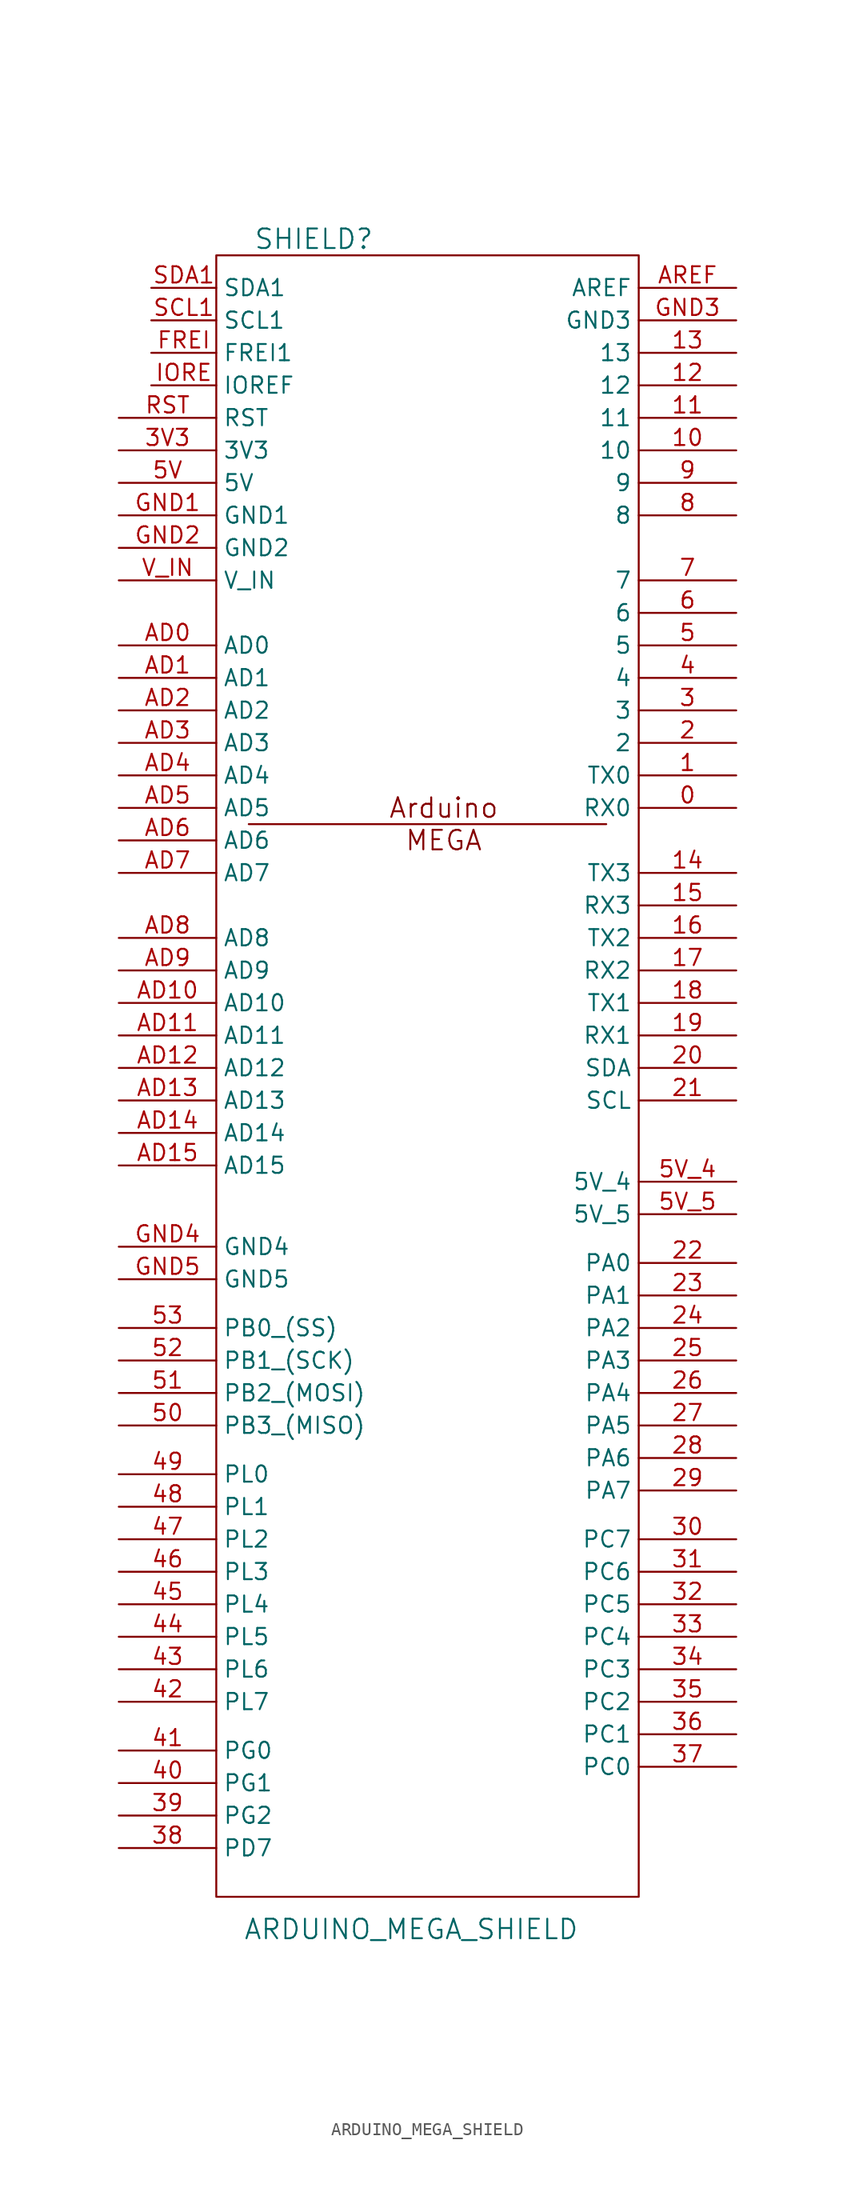
<source format=kicad_sym>
(kicad_symbol_lib
  (version 20201005)
  (generator kicad_symbol_editor)
  (symbol "Zimprich:ARDUINO_MEGA_SHIELD"
    (property "Reference" "SHIELD"
      (at -10.16 63.5 0)
      (effects (font (size 1.524 1.524))))
    (property "Value" "ARDUINO_MEGA_SHIELD"
      (at -2.54 -68.58 0)
      (effects (font (size 1.524 1.524))))
    (property "Footprint" ""
      (at 0 0 0)
      (effects (font (size 1.524 1.524))))
    (property "Datasheet" ""
      (at 0 0 0)
      (effects (font (size 1.524 1.524))))
    (symbol "ARDUINO_MEGA_SHIELD_0_0"
      (text "Arduino" (at 0 19.05 0) (effects (font (size 1.524 1.524))))
      (text "MEGA" (at 0 16.51 0) (effects (font (size 1.524 1.524)))))
    (symbol "ARDUINO_MEGA_SHIELD_0_1"
      (rectangle (start -17.78 -66.04) (end 15.24 62.23) (stroke (width 0)) (fill (type none)))
      (polyline (pts (xy -15.24 17.78) (xy 12.7 17.78) (xy 12.7 17.78)) (stroke (width 0)) (fill (type none))))
    (symbol "ARDUINO_MEGA_SHIELD_1_1"
      (pin bidirectional line (at 22.86 19.05 180) (length 7.62) (name "RX0" (effects (font (size 1.27 1.27)))) (number "0" (effects (font (size 1.27 1.27)))))
      (pin bidirectional line (at 22.86 21.59 180) (length 7.62) (name "TX0" (effects (font (size 1.27 1.27)))) (number "1" (effects (font (size 1.27 1.27)))))
      (pin bidirectional line (at 22.86 46.99 180) (length 7.62) (name "10" (effects (font (size 1.27 1.27)))) (number "10" (effects (font (size 1.27 1.27)))))
      (pin bidirectional line (at 22.86 49.53 180) (length 7.62) (name "11" (effects (font (size 1.27 1.27)))) (number "11" (effects (font (size 1.27 1.27)))))
      (pin bidirectional line (at 22.86 52.07 180) (length 7.62) (name "12" (effects (font (size 1.27 1.27)))) (number "12" (effects (font (size 1.27 1.27)))))
      (pin bidirectional line (at 22.86 54.61 180) (length 7.62) (name "13" (effects (font (size 1.27 1.27)))) (number "13" (effects (font (size 1.27 1.27)))))
      (pin bidirectional line (at 22.86 13.97 180) (length 7.62) (name "TX3" (effects (font (size 1.27 1.27)))) (number "14" (effects (font (size 1.27 1.27)))))
      (pin bidirectional line (at 22.86 11.43 180) (length 7.62) (name "RX3" (effects (font (size 1.27 1.27)))) (number "15" (effects (font (size 1.27 1.27)))))
      (pin bidirectional line (at 22.86 8.89 180) (length 7.62) (name "TX2" (effects (font (size 1.27 1.27)))) (number "16" (effects (font (size 1.27 1.27)))))
      (pin bidirectional line (at 22.86 6.35 180) (length 7.62) (name "RX2" (effects (font (size 1.27 1.27)))) (number "17" (effects (font (size 1.27 1.27)))))
      (pin bidirectional line (at 22.86 3.81 180) (length 7.62) (name "TX1" (effects (font (size 1.27 1.27)))) (number "18" (effects (font (size 1.27 1.27)))))
      (pin bidirectional line (at 22.86 1.27 180) (length 7.62) (name "RX1" (effects (font (size 1.27 1.27)))) (number "19" (effects (font (size 1.27 1.27)))))
      (pin bidirectional line (at 22.86 24.13 180) (length 7.62) (name "2" (effects (font (size 1.27 1.27)))) (number "2" (effects (font (size 1.27 1.27)))))
      (pin bidirectional line (at 22.86 -1.27 180) (length 7.62) (name "SDA" (effects (font (size 1.27 1.27)))) (number "20" (effects (font (size 1.27 1.27)))))
      (pin bidirectional line (at 22.86 -3.81 180) (length 7.62) (name "SCL" (effects (font (size 1.27 1.27)))) (number "21" (effects (font (size 1.27 1.27)))))
      (pin bidirectional line (at 22.86 -16.51 180) (length 7.62) (name "PA0" (effects (font (size 1.27 1.27)))) (number "22" (effects (font (size 1.27 1.27)))))
      (pin bidirectional line (at 22.86 -19.05 180) (length 7.62) (name "PA1" (effects (font (size 1.27 1.27)))) (number "23" (effects (font (size 1.27 1.27)))))
      (pin bidirectional line (at 22.86 -21.59 180) (length 7.62) (name "PA2" (effects (font (size 1.27 1.27)))) (number "24" (effects (font (size 1.27 1.27)))))
      (pin bidirectional line (at 22.86 -24.13 180) (length 7.62) (name "PA3" (effects (font (size 1.27 1.27)))) (number "25" (effects (font (size 1.27 1.27)))))
      (pin bidirectional line (at 22.86 -26.67 180) (length 7.62) (name "PA4" (effects (font (size 1.27 1.27)))) (number "26" (effects (font (size 1.27 1.27)))))
      (pin bidirectional line (at 22.86 -29.21 180) (length 7.62) (name "PA5" (effects (font (size 1.27 1.27)))) (number "27" (effects (font (size 1.27 1.27)))))
      (pin bidirectional line (at 22.86 -31.75 180) (length 7.62) (name "PA6" (effects (font (size 1.27 1.27)))) (number "28" (effects (font (size 1.27 1.27)))))
      (pin bidirectional line (at 22.86 -34.29 180) (length 7.62) (name "PA7" (effects (font (size 1.27 1.27)))) (number "29" (effects (font (size 1.27 1.27)))))
      (pin bidirectional line (at 22.86 26.67 180) (length 7.62) (name "3" (effects (font (size 1.27 1.27)))) (number "3" (effects (font (size 1.27 1.27)))))
      (pin bidirectional line (at 22.86 -38.1 180) (length 7.62) (name "PC7" (effects (font (size 1.27 1.27)))) (number "30" (effects (font (size 1.27 1.27)))))
      (pin bidirectional line (at 22.86 -40.64 180) (length 7.62) (name "PC6" (effects (font (size 1.27 1.27)))) (number "31" (effects (font (size 1.27 1.27)))))
      (pin bidirectional line (at 22.86 -43.18 180) (length 7.62) (name "PC5" (effects (font (size 1.27 1.27)))) (number "32" (effects (font (size 1.27 1.27)))))
      (pin bidirectional line (at 22.86 -45.72 180) (length 7.62) (name "PC4" (effects (font (size 1.27 1.27)))) (number "33" (effects (font (size 1.27 1.27)))))
      (pin bidirectional line (at 22.86 -48.26 180) (length 7.62) (name "PC3" (effects (font (size 1.27 1.27)))) (number "34" (effects (font (size 1.27 1.27)))))
      (pin bidirectional line (at 22.86 -50.8 180) (length 7.62) (name "PC2" (effects (font (size 1.27 1.27)))) (number "35" (effects (font (size 1.27 1.27)))))
      (pin bidirectional line (at 22.86 -53.34 180) (length 7.62) (name "PC1" (effects (font (size 1.27 1.27)))) (number "36" (effects (font (size 1.27 1.27)))))
      (pin bidirectional line (at 22.86 -55.88 180) (length 7.62) (name "PC0" (effects (font (size 1.27 1.27)))) (number "37" (effects (font (size 1.27 1.27)))))
      (pin bidirectional line (at -25.4 -62.23 0) (length 7.62) (name "PD7" (effects (font (size 1.27 1.27)))) (number "38" (effects (font (size 1.27 1.27)))))
      (pin bidirectional line (at -25.4 -59.69 0) (length 7.62) (name "PG2" (effects (font (size 1.27 1.27)))) (number "39" (effects (font (size 1.27 1.27)))))
      (pin power_in line (at -25.4 46.99 0) (length 7.62) (name "3V3" (effects (font (size 1.27 1.27)))) (number "3V3" (effects (font (size 1.27 1.27)))))
      (pin bidirectional line (at 22.86 29.21 180) (length 7.62) (name "4" (effects (font (size 1.27 1.27)))) (number "4" (effects (font (size 1.27 1.27)))))
      (pin bidirectional line (at -25.4 -57.15 0) (length 7.62) (name "PG1" (effects (font (size 1.27 1.27)))) (number "40" (effects (font (size 1.27 1.27)))))
      (pin bidirectional line (at -25.4 -54.61 0) (length 7.62) (name "PG0" (effects (font (size 1.27 1.27)))) (number "41" (effects (font (size 1.27 1.27)))))
      (pin bidirectional line (at -25.4 -50.8 0) (length 7.62) (name "PL7" (effects (font (size 1.27 1.27)))) (number "42" (effects (font (size 1.27 1.27)))))
      (pin bidirectional line (at -25.4 -48.26 0) (length 7.62) (name "PL6" (effects (font (size 1.27 1.27)))) (number "43" (effects (font (size 1.27 1.27)))))
      (pin bidirectional line (at -25.4 -45.72 0) (length 7.62) (name "PL5" (effects (font (size 1.27 1.27)))) (number "44" (effects (font (size 1.27 1.27)))))
      (pin bidirectional line (at -25.4 -43.18 0) (length 7.62) (name "PL4" (effects (font (size 1.27 1.27)))) (number "45" (effects (font (size 1.27 1.27)))))
      (pin bidirectional line (at -25.4 -40.64 0) (length 7.62) (name "PL3" (effects (font (size 1.27 1.27)))) (number "46" (effects (font (size 1.27 1.27)))))
      (pin bidirectional line (at -25.4 -38.1 0) (length 7.62) (name "PL2" (effects (font (size 1.27 1.27)))) (number "47" (effects (font (size 1.27 1.27)))))
      (pin bidirectional line (at -25.4 -35.56 0) (length 7.62) (name "PL1" (effects (font (size 1.27 1.27)))) (number "48" (effects (font (size 1.27 1.27)))))
      (pin bidirectional line (at -25.4 -33.02 0) (length 7.62) (name "PL0" (effects (font (size 1.27 1.27)))) (number "49" (effects (font (size 1.27 1.27)))))
      (pin bidirectional line (at 22.86 31.75 180) (length 7.62) (name "5" (effects (font (size 1.27 1.27)))) (number "5" (effects (font (size 1.27 1.27)))))
      (pin bidirectional line (at -25.4 -29.21 0) (length 7.62) (name "PB3_(MISO)" (effects (font (size 1.27 1.27)))) (number "50" (effects (font (size 1.27 1.27)))))
      (pin bidirectional line (at -25.4 -26.67 0) (length 7.62) (name "PB2_(MOSI)" (effects (font (size 1.27 1.27)))) (number "51" (effects (font (size 1.27 1.27)))))
      (pin bidirectional line (at -25.4 -24.13 0) (length 7.62) (name "PB1_(SCK)" (effects (font (size 1.27 1.27)))) (number "52" (effects (font (size 1.27 1.27)))))
      (pin bidirectional line (at -25.4 -21.59 0) (length 7.62) (name "PB0_(SS)" (effects (font (size 1.27 1.27)))) (number "53" (effects (font (size 1.27 1.27)))))
      (pin power_in line (at -25.4 44.45 0) (length 7.62) (name "5V" (effects (font (size 1.27 1.27)))) (number "5V" (effects (font (size 1.27 1.27)))))
      (pin power_in line (at 22.86 -10.16 180) (length 7.62) (name "5V_4" (effects (font (size 1.27 1.27)))) (number "5V_4" (effects (font (size 1.27 1.27)))))
      (pin power_in line (at 22.86 -12.7 180) (length 7.62) (name "5V_5" (effects (font (size 1.27 1.27)))) (number "5V_5" (effects (font (size 1.27 1.27)))))
      (pin bidirectional line (at 22.86 34.29 180) (length 7.62) (name "6" (effects (font (size 1.27 1.27)))) (number "6" (effects (font (size 1.27 1.27)))))
      (pin bidirectional line (at 22.86 36.83 180) (length 7.62) (name "7" (effects (font (size 1.27 1.27)))) (number "7" (effects (font (size 1.27 1.27)))))
      (pin bidirectional line (at 22.86 41.91 180) (length 7.62) (name "8" (effects (font (size 1.27 1.27)))) (number "8" (effects (font (size 1.27 1.27)))))
      (pin bidirectional line (at 22.86 44.45 180) (length 7.62) (name "9" (effects (font (size 1.27 1.27)))) (number "9" (effects (font (size 1.27 1.27)))))
      (pin bidirectional line (at -25.4 31.75 0) (length 7.62) (name "AD0" (effects (font (size 1.27 1.27)))) (number "AD0" (effects (font (size 1.27 1.27)))))
      (pin bidirectional line (at -25.4 29.21 0) (length 7.62) (name "AD1" (effects (font (size 1.27 1.27)))) (number "AD1" (effects (font (size 1.27 1.27)))))
      (pin bidirectional line (at -25.4 3.81 0) (length 7.62) (name "AD10" (effects (font (size 1.27 1.27)))) (number "AD10" (effects (font (size 1.27 1.27)))))
      (pin bidirectional line (at -25.4 1.27 0) (length 7.62) (name "AD11" (effects (font (size 1.27 1.27)))) (number "AD11" (effects (font (size 1.27 1.27)))))
      (pin bidirectional line (at -25.4 -1.27 0) (length 7.62) (name "AD12" (effects (font (size 1.27 1.27)))) (number "AD12" (effects (font (size 1.27 1.27)))))
      (pin bidirectional line (at -25.4 -3.81 0) (length 7.62) (name "AD13" (effects (font (size 1.27 1.27)))) (number "AD13" (effects (font (size 1.27 1.27)))))
      (pin bidirectional line (at -25.4 -6.35 0) (length 7.62) (name "AD14" (effects (font (size 1.27 1.27)))) (number "AD14" (effects (font (size 1.27 1.27)))))
      (pin bidirectional line (at -25.4 -8.89 0) (length 7.62) (name "AD15" (effects (font (size 1.27 1.27)))) (number "AD15" (effects (font (size 1.27 1.27)))))
      (pin bidirectional line (at -25.4 26.67 0) (length 7.62) (name "AD2" (effects (font (size 1.27 1.27)))) (number "AD2" (effects (font (size 1.27 1.27)))))
      (pin bidirectional line (at -25.4 24.13 0) (length 7.62) (name "AD3" (effects (font (size 1.27 1.27)))) (number "AD3" (effects (font (size 1.27 1.27)))))
      (pin bidirectional line (at -25.4 21.59 0) (length 7.62) (name "AD4" (effects (font (size 1.27 1.27)))) (number "AD4" (effects (font (size 1.27 1.27)))))
      (pin bidirectional line (at -25.4 19.05 0) (length 7.62) (name "AD5" (effects (font (size 1.27 1.27)))) (number "AD5" (effects (font (size 1.27 1.27)))))
      (pin bidirectional line (at -25.4 16.51 0) (length 7.62) (name "AD6" (effects (font (size 1.27 1.27)))) (number "AD6" (effects (font (size 1.27 1.27)))))
      (pin bidirectional line (at -25.4 13.97 0) (length 7.62) (name "AD7" (effects (font (size 1.27 1.27)))) (number "AD7" (effects (font (size 1.27 1.27)))))
      (pin bidirectional line (at -25.4 8.89 0) (length 7.62) (name "AD8" (effects (font (size 1.27 1.27)))) (number "AD8" (effects (font (size 1.27 1.27)))))
      (pin bidirectional line (at -25.4 6.35 0) (length 7.62) (name "AD9" (effects (font (size 1.27 1.27)))) (number "AD9" (effects (font (size 1.27 1.27)))))
      (pin power_in line (at 22.86 59.69 180) (length 7.62) (name "AREF" (effects (font (size 1.27 1.27)))) (number "AREF" (effects (font (size 1.27 1.27)))))
      (pin input line (at -22.86 54.61 0) (length 5.08) (name "FREI1" (effects (font (size 1.27 1.27)))) (number "FREI" (effects (font (size 1.27 1.27)))))
      (pin power_in line (at -25.4 41.91 0) (length 7.62) (name "GND1" (effects (font (size 1.27 1.27)))) (number "GND1" (effects (font (size 1.27 1.27)))))
      (pin power_in line (at -25.4 39.37 0) (length 7.62) (name "GND2" (effects (font (size 1.27 1.27)))) (number "GND2" (effects (font (size 1.27 1.27)))))
      (pin power_in line (at 22.86 57.15 180) (length 7.62) (name "GND3" (effects (font (size 1.27 1.27)))) (number "GND3" (effects (font (size 1.27 1.27)))))
      (pin power_in line (at -25.4 -15.24 0) (length 7.62) (name "GND4" (effects (font (size 1.27 1.27)))) (number "GND4" (effects (font (size 1.27 1.27)))))
      (pin power_in line (at -25.4 -17.78 0) (length 7.62) (name "GND5" (effects (font (size 1.27 1.27)))) (number "GND5" (effects (font (size 1.27 1.27)))))
      (pin input line (at -22.86 52.07 0) (length 5.08) (name "IOREF" (effects (font (size 1.27 1.27)))) (number "IORE" (effects (font (size 1.27 1.27)))))
      (pin input line (at -25.4 49.53 0) (length 7.62) (name "RST" (effects (font (size 1.27 1.27)))) (number "RST" (effects (font (size 1.27 1.27)))))
      (pin power_in line (at -22.86 57.15 0) (length 5.08) (name "SCL1" (effects (font (size 1.27 1.27)))) (number "SCL1" (effects (font (size 1.27 1.27)))))
      (pin power_in line (at -22.86 59.69 0) (length 5.08) (name "SDA1" (effects (font (size 1.27 1.27)))) (number "SDA1" (effects (font (size 1.27 1.27)))))
      (pin power_in line (at -25.4 36.83 0) (length 7.62) (name "V_IN" (effects (font (size 1.27 1.27)))) (number "V_IN" (effects (font (size 1.27 1.27))))))))
</source>
